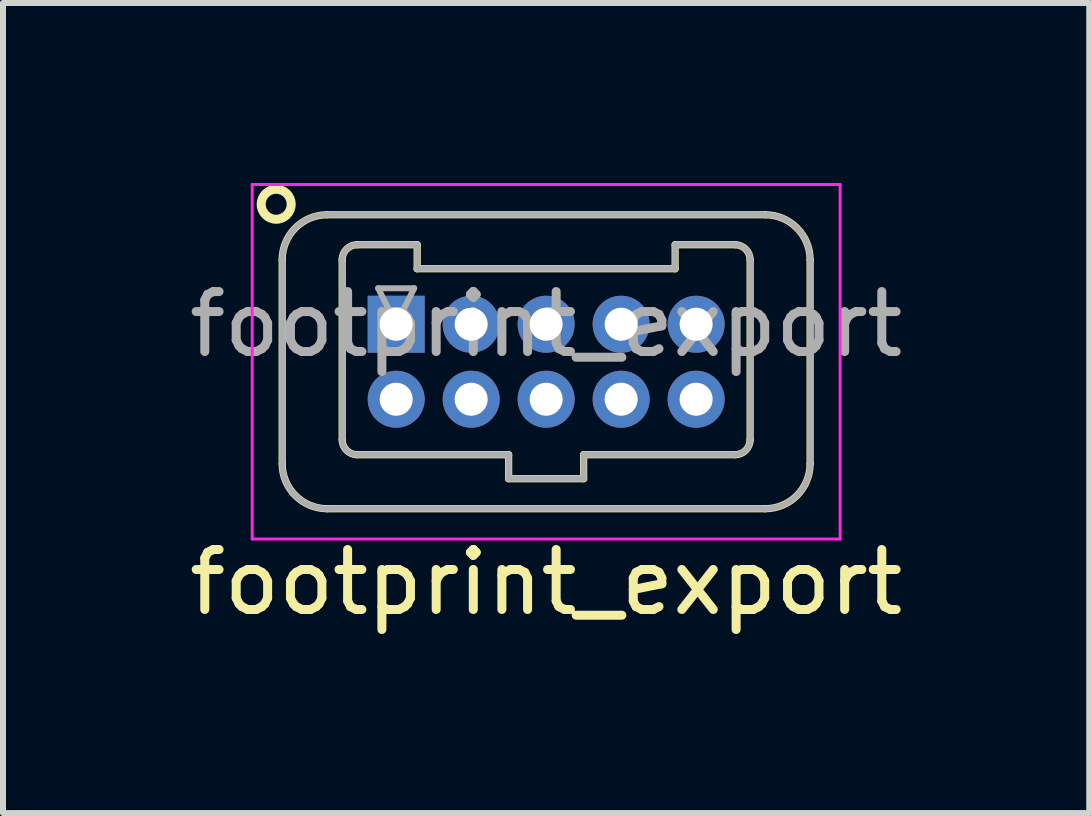
<source format=kicad_pcb>
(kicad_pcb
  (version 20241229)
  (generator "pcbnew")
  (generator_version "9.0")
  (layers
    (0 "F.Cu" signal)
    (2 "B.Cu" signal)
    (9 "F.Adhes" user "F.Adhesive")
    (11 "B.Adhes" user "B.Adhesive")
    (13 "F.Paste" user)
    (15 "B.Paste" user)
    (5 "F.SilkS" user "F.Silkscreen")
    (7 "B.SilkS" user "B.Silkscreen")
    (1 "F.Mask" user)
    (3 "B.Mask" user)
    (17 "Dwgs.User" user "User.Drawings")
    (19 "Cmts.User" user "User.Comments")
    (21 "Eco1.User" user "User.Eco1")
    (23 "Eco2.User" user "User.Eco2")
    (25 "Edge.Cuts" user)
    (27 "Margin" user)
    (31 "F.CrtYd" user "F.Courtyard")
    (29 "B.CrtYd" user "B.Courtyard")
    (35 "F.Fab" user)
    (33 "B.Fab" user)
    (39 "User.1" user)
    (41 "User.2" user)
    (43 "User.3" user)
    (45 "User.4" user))
  (footprint "footprint_export"
    (layer "F.Cu")
    (at 3.554 2.355)
    (property "Reference" "footprint_export" (at 2.5 4.3 0) (layer "F.SilkS") (effects (font (size 1 1) (thickness 0.15))))
    (attr through_hole)
    (fp_line (start -1.9 -1.075) (end -1.9 2.325) (stroke (width 0.12) (type solid)) (layer "F.SilkS"))
    (fp_line (start -1.15 -1.825) (end 6.15 -1.825) (stroke (width 0.12) (type solid)) (layer "F.SilkS"))
    (fp_line (start -1.15 3.075) (end 6.15 3.075) (stroke (width 0.12) (type solid)) (layer "F.SilkS"))
    (fp_line (start -0.9 -1.075) (end -0.9 1.925) (stroke (width 0.12) (type solid)) (layer "F.SilkS"))
    (fp_line (start -0.65 -1.325) (end 0.35 -1.325) (stroke (width 0.12) (type solid)) (layer "F.SilkS"))
    (fp_line (start -0.65 2.175) (end 1.875 2.175) (stroke (width 0.12) (type solid)) (layer "F.SilkS"))
    (fp_line (start 0.35 -1.325) (end 0.35 -0.925) (stroke (width 0.12) (type solid)) (layer "F.SilkS"))
    (fp_line (start 0.35 -0.925) (end 4.65 -0.925) (stroke (width 0.12) (type solid)) (layer "F.SilkS"))
    (fp_line (start 1.875 2.175) (end 1.875 2.575) (stroke (width 0.12) (type solid)) (layer "F.SilkS"))
    (fp_line (start 1.875 2.575) (end 3.125 2.575) (stroke (width 0.12) (type solid)) (layer "F.SilkS"))
    (fp_line (start 3.125 2.175) (end 5.65 2.175) (stroke (width 0.12) (type solid)) (layer "F.SilkS"))
    (fp_line (start 3.125 2.575) (end 3.125 2.175) (stroke (width 0.12) (type solid)) (layer "F.SilkS"))
    (fp_line (start 4.65 -1.325) (end 5.65 -1.325) (stroke (width 0.12) (type solid)) (layer "F.SilkS"))
    (fp_line (start 4.65 -0.925) (end 4.65 -1.325) (stroke (width 0.12) (type solid)) (layer "F.SilkS"))
    (fp_line (start 5.9 -1.075) (end 5.9 1.925) (stroke (width 0.12) (type solid)) (layer "F.SilkS"))
    (fp_line (start 6.9 -1.075) (end 6.9 2.325) (stroke (width 0.12) (type solid)) (layer "F.SilkS"))
    (fp_arc (start -1.9 -1.075) (mid -1.68033 -1.60533) (end -1.15 -1.825) (stroke (width 0.12) (type solid)) (layer "F.SilkS"))
    (fp_arc (start -1.15 3.075) (mid -1.68033 2.85533) (end -1.9 2.325) (stroke (width 0.12) (type solid)) (layer "F.SilkS"))
    (fp_arc (start -0.9 -1.075) (mid -0.826777 -1.251777) (end -0.65 -1.325) (stroke (width 0.12) (type solid)) (layer "F.SilkS"))
    (fp_arc (start -0.65 2.175) (mid -0.826777 2.101777) (end -0.9 1.925) (stroke (width 0.12) (type solid)) (layer "F.SilkS"))
    (fp_arc (start 5.65 -1.325) (mid 5.826777 -1.251777) (end 5.9 -1.075) (stroke (width 0.12) (type solid)) (layer "F.SilkS"))
    (fp_arc (start 5.9 1.925) (mid 5.826777 2.101777) (end 5.65 2.175) (stroke (width 0.12) (type solid)) (layer "F.SilkS"))
    (fp_arc (start 6.15 -1.825) (mid 6.68033 -1.60533) (end 6.9 -1.075) (stroke (width 0.12) (type solid)) (layer "F.SilkS"))
    (fp_arc (start 6.9 2.325) (mid 6.68033 2.85533) (end 6.15 3.075) (stroke (width 0.12) (type solid)) (layer "F.SilkS"))
    (fp_circle (center -2 -2) (end -1.75 -2) (stroke (width 0.15) (type solid)) (fill no) (layer "F.SilkS"))
    (fp_line (start -2.4 -2.33) (end -2.4 3.58) (stroke (width 0.05) (type solid)) (layer "F.CrtYd"))
    (fp_line (start -2.4 3.58) (end 7.4 3.58) (stroke (width 0.05) (type solid)) (layer "F.CrtYd"))
    (fp_line (start 7.4 -2.33) (end -2.4 -2.33) (stroke (width 0.05) (type solid)) (layer "F.CrtYd"))
    (fp_line (start 7.4 3.58) (end 7.4 -2.33) (stroke (width 0.05) (type solid)) (layer "F.CrtYd"))
    (fp_line (start -1.9 -1.075) (end -1.9 2.325) (stroke (width 0.1) (type solid)) (layer "F.Fab"))
    (fp_line (start -1.15 -1.825) (end 6.15 -1.825) (stroke (width 0.1) (type solid)) (layer "F.Fab"))
    (fp_line (start -1.15 3.075) (end 6.15 3.075) (stroke (width 0.1) (type solid)) (layer "F.Fab"))
    (fp_line (start -0.9 -1.075) (end -0.9 1.925) (stroke (width 0.1) (type solid)) (layer "F.Fab"))
    (fp_line (start -0.65 -1.325) (end 0.35 -1.325) (stroke (width 0.1) (type solid)) (layer "F.Fab"))
    (fp_line (start -0.65 2.175) (end 1.875 2.175) (stroke (width 0.1) (type solid)) (layer "F.Fab"))
    (fp_line (start -0.3 -0.6) (end 0.3 -0.6) (stroke (width 0.1) (type solid)) (layer "F.Fab"))
    (fp_line (start 0 0) (end -0.3 -0.6) (stroke (width 0.1) (type solid)) (layer "F.Fab"))
    (fp_line (start 0.3 -0.6) (end 0 0) (stroke (width 0.1) (type solid)) (layer "F.Fab"))
    (fp_line (start 0.35 -1.325) (end 0.35 -0.925) (stroke (width 0.1) (type solid)) (layer "F.Fab"))
    (fp_line (start 0.35 -0.925) (end 4.65 -0.925) (stroke (width 0.1) (type solid)) (layer "F.Fab"))
    (fp_line (start 1.875 2.175) (end 1.875 2.575) (stroke (width 0.1) (type solid)) (layer "F.Fab"))
    (fp_line (start 1.875 2.575) (end 3.125 2.575) (stroke (width 0.1) (type solid)) (layer "F.Fab"))
    (fp_line (start 3.125 2.175) (end 5.65 2.175) (stroke (width 0.1) (type solid)) (layer "F.Fab"))
    (fp_line (start 3.125 2.575) (end 3.125 2.175) (stroke (width 0.1) (type solid)) (layer "F.Fab"))
    (fp_line (start 4.65 -1.325) (end 5.65 -1.325) (stroke (width 0.1) (type solid)) (layer "F.Fab"))
    (fp_line (start 4.65 -0.925) (end 4.65 -1.325) (stroke (width 0.1) (type solid)) (layer "F.Fab"))
    (fp_line (start 5.9 -1.075) (end 5.9 1.925) (stroke (width 0.1) (type solid)) (layer "F.Fab"))
    (fp_line (start 6.9 -1.075) (end 6.9 2.325) (stroke (width 0.1) (type solid)) (layer "F.Fab"))
    (fp_arc (start -1.9 -1.075) (mid -1.68033 -1.60533) (end -1.15 -1.825) (stroke (width 0.1) (type solid)) (layer "F.Fab"))
    (fp_arc (start -1.15 3.075) (mid -1.68033 2.85533) (end -1.9 2.325) (stroke (width 0.1) (type solid)) (layer "F.Fab"))
    (fp_arc (start -0.9 -1.075) (mid -0.826777 -1.251777) (end -0.65 -1.325) (stroke (width 0.1) (type solid)) (layer "F.Fab"))
    (fp_arc (start -0.65 2.175) (mid -0.826777 2.101777) (end -0.9 1.925) (stroke (width 0.1) (type solid)) (layer "F.Fab"))
    (fp_arc (start 5.65 -1.325) (mid 5.826777 -1.251777) (end 5.9 -1.075) (stroke (width 0.1) (type solid)) (layer "F.Fab"))
    (fp_arc (start 5.9 1.925) (mid 5.826777 2.101777) (end 5.65 2.175) (stroke (width 0.1) (type solid)) (layer "F.Fab"))
    (fp_arc (start 6.15 -1.825) (mid 6.68033 -1.60533) (end 6.9 -1.075) (stroke (width 0.1) (type solid)) (layer "F.Fab"))
    (fp_arc (start 6.9 2.325) (mid 6.68033 2.85533) (end 6.15 3.075) (stroke (width 0.1) (type solid)) (layer "F.Fab"))
    (fp_text user "${REFERENCE}" (at 2.5 0 0) (layer "F.Fab") (effects (font (size 1 1) (thickness 0.15))))
    (pad "1" thru_hole rect (at 0 0) (size 0.95 0.95) (drill 0.55) (layers "*.Cu" "*.Mask"))
    (pad "2" thru_hole circle (at 0 1.25) (size 0.95 0.95) (drill 0.55) (layers "*.Cu" "*.Mask"))
    (pad "3" thru_hole circle (at 1.25 0) (size 0.95 0.95) (drill 0.55) (layers "*.Cu" "*.Mask"))
    (pad "4" thru_hole circle (at 1.25 1.25) (size 0.95 0.95) (drill 0.55) (layers "*.Cu" "*.Mask"))
    (pad "5" thru_hole circle (at 2.5 0) (size 0.95 0.95) (drill 0.55) (layers "*.Cu" "*.Mask"))
    (pad "6" thru_hole circle (at 2.5 1.25) (size 0.95 0.95) (drill 0.55) (layers "*.Cu" "*.Mask"))
    (pad "7" thru_hole circle (at 3.75 0) (size 0.95 0.95) (drill 0.55) (layers "*.Cu" "*.Mask"))
    (pad "8" thru_hole circle (at 3.75 1.25) (size 0.95 0.95) (drill 0.55) (layers "*.Cu" "*.Mask"))
    (pad "9" thru_hole circle (at 5 0) (size 0.95 0.95) (drill 0.55) (layers "*.Cu" "*.Mask"))
    (pad "10" thru_hole circle (at 5 1.25) (size 0.95 0.95) (drill 0.55) (layers "*.Cu" "*.Mask")))
  (gr_rect
    (start -3 -3)
    (end 15.107 10.503)
    (stroke (width 0.1) (type default))
    (fill no)
    (layer "Edge.Cuts")))
</source>
